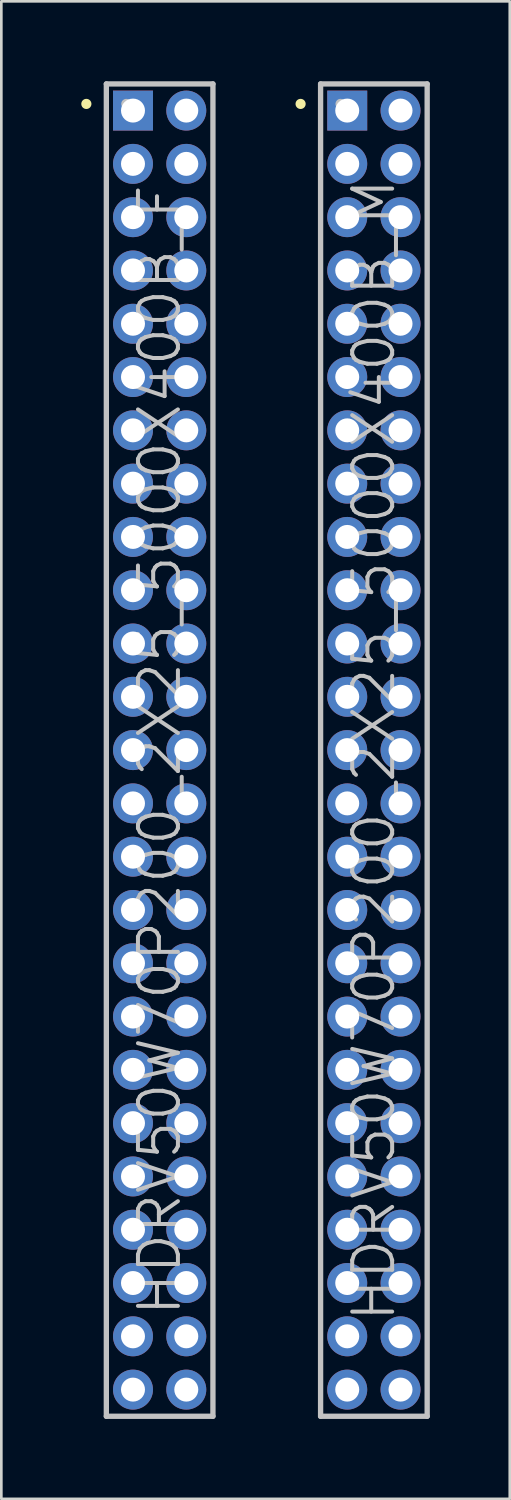
<source format=kicad_pcb>
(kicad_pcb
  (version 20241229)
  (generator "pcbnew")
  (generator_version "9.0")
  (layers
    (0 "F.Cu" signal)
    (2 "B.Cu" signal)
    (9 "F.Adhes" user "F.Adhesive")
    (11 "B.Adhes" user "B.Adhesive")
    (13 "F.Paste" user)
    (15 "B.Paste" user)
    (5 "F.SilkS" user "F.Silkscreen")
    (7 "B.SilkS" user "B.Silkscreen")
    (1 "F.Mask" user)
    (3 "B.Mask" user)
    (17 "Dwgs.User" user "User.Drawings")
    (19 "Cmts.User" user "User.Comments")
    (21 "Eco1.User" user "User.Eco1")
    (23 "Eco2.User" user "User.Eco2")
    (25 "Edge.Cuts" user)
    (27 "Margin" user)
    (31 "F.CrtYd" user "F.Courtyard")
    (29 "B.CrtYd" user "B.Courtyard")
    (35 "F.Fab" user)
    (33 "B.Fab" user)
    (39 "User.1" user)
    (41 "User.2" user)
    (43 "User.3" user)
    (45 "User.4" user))
  (footprint "HDRV50W70P200_2X25_5000X400B_M"
    (layer "F.Cu")
    (at 10.981 25.1)
    (property "Reference" "HDRV50W70P200_2X25_5000X400B_M" (at 0 0 90) (layer "Dwgs.User") (effects (font (size 1.5 1.5) (thickness 0.15))))
    (attr through_hole)
    (fp_line (start -2.75 -24.25) (end -2.75 -24.25) (stroke (width 0.381) (type solid)) (layer "F.SilkS"))
    (fp_line (start -2 -25) (end -2 25) (stroke (width 0.2) (type solid)) (layer "Dwgs.User"))
    (fp_line (start -2 -25) (end 2 -25) (stroke (width 0.2) (type solid)) (layer "Dwgs.User"))
    (fp_line (start -2 25) (end 2 25) (stroke (width 0.2) (type solid)) (layer "Dwgs.User"))
    (fp_line (start -1.25 -24.25) (end -1.25 -24.25) (stroke (width 0.381) (type solid)) (layer "Dwgs.User"))
    (fp_line (start 2 -25) (end 2 25) (stroke (width 0.2) (type solid)) (layer "Dwgs.User"))
    (pad "1" thru_hole rect (at -1 -24) (size 1.5 1.5) (drill 0.9) (layers "*.Cu" "*.Mask"))
    (pad "2" thru_hole circle (at 1 -24 270) (size 1.5 1.5) (drill 0.9) (layers "*.Cu" "*.Mask"))
    (pad "3" thru_hole circle (at -1 -22 270) (size 1.5 1.5) (drill 0.9) (layers "*.Cu" "*.Mask"))
    (pad "4" thru_hole circle (at 1 -22 270) (size 1.5 1.5) (drill 0.9) (layers "*.Cu" "*.Mask"))
    (pad "5" thru_hole circle (at -1 -20 270) (size 1.5 1.5) (drill 0.9) (layers "*.Cu" "*.Mask"))
    (pad "6" thru_hole circle (at 1 -20 270) (size 1.5 1.5) (drill 0.9) (layers "*.Cu" "*.Mask"))
    (pad "7" thru_hole circle (at -1 -18 270) (size 1.5 1.5) (drill 0.9) (layers "*.Cu" "*.Mask"))
    (pad "8" thru_hole circle (at 1 -18 270) (size 1.5 1.5) (drill 0.9) (layers "*.Cu" "*.Mask"))
    (pad "9" thru_hole circle (at -1 -16 270) (size 1.5 1.5) (drill 0.9) (layers "*.Cu" "*.Mask"))
    (pad "10" thru_hole circle (at 1 -16 270) (size 1.5 1.5) (drill 0.9) (layers "*.Cu" "*.Mask"))
    (pad "11" thru_hole circle (at -1 -14 270) (size 1.5 1.5) (drill 0.9) (layers "*.Cu" "*.Mask"))
    (pad "12" thru_hole circle (at 1 -14 270) (size 1.5 1.5) (drill 0.9) (layers "*.Cu" "*.Mask"))
    (pad "13" thru_hole circle (at -1 -12 270) (size 1.5 1.5) (drill 0.9) (layers "*.Cu" "*.Mask"))
    (pad "14" thru_hole circle (at 1 -12 270) (size 1.5 1.5) (drill 0.9) (layers "*.Cu" "*.Mask"))
    (pad "15" thru_hole circle (at -1 -10 270) (size 1.5 1.5) (drill 0.9) (layers "*.Cu" "*.Mask"))
    (pad "16" thru_hole circle (at 1 -10 270) (size 1.5 1.5) (drill 0.9) (layers "*.Cu" "*.Mask"))
    (pad "17" thru_hole circle (at -1 -8 270) (size 1.5 1.5) (drill 0.9) (layers "*.Cu" "*.Mask"))
    (pad "18" thru_hole circle (at 1 -8 270) (size 1.5 1.5) (drill 0.9) (layers "*.Cu" "*.Mask"))
    (pad "19" thru_hole circle (at -1 -6 270) (size 1.5 1.5) (drill 0.9) (layers "*.Cu" "*.Mask"))
    (pad "20" thru_hole circle (at 1 -6 270) (size 1.5 1.5) (drill 0.9) (layers "*.Cu" "*.Mask"))
    (pad "21" thru_hole circle (at -1 -4 270) (size 1.5 1.5) (drill 0.9) (layers "*.Cu" "*.Mask"))
    (pad "22" thru_hole circle (at 1 -4 270) (size 1.5 1.5) (drill 0.9) (layers "*.Cu" "*.Mask"))
    (pad "23" thru_hole circle (at -1 -2 270) (size 1.5 1.5) (drill 0.9) (layers "*.Cu" "*.Mask"))
    (pad "24" thru_hole circle (at 1 -2 270) (size 1.5 1.5) (drill 0.9) (layers "*.Cu" "*.Mask"))
    (pad "25" thru_hole circle (at -1 0 270) (size 1.5 1.5) (drill 0.9) (layers "*.Cu" "*.Mask"))
    (pad "26" thru_hole circle (at 1 0 270) (size 1.5 1.5) (drill 0.9) (layers "*.Cu" "*.Mask"))
    (pad "27" thru_hole circle (at -1 2 270) (size 1.5 1.5) (drill 0.9) (layers "*.Cu" "*.Mask"))
    (pad "28" thru_hole circle (at 1 2 270) (size 1.5 1.5) (drill 0.9) (layers "*.Cu" "*.Mask"))
    (pad "29" thru_hole circle (at -1 4 270) (size 1.5 1.5) (drill 0.9) (layers "*.Cu" "*.Mask"))
    (pad "30" thru_hole circle (at 1 4 270) (size 1.5 1.5) (drill 0.9) (layers "*.Cu" "*.Mask"))
    (pad "31" thru_hole circle (at -1 6 270) (size 1.5 1.5) (drill 0.9) (layers "*.Cu" "*.Mask"))
    (pad "32" thru_hole circle (at 1 6 270) (size 1.5 1.5) (drill 0.9) (layers "*.Cu" "*.Mask"))
    (pad "33" thru_hole circle (at -1 8 270) (size 1.5 1.5) (drill 0.9) (layers "*.Cu" "*.Mask"))
    (pad "34" thru_hole circle (at 1 8 270) (size 1.5 1.5) (drill 0.9) (layers "*.Cu" "*.Mask"))
    (pad "35" thru_hole circle (at -1 10 270) (size 1.5 1.5) (drill 0.9) (layers "*.Cu" "*.Mask"))
    (pad "36" thru_hole circle (at 1 10 270) (size 1.5 1.5) (drill 0.9) (layers "*.Cu" "*.Mask"))
    (pad "37" thru_hole circle (at -1 12 270) (size 1.5 1.5) (drill 0.9) (layers "*.Cu" "*.Mask"))
    (pad "38" thru_hole circle (at 1 12 270) (size 1.5 1.5) (drill 0.9) (layers "*.Cu" "*.Mask"))
    (pad "39" thru_hole circle (at -1 14 270) (size 1.5 1.5) (drill 0.9) (layers "*.Cu" "*.Mask"))
    (pad "40" thru_hole circle (at 1 14 270) (size 1.5 1.5) (drill 0.9) (layers "*.Cu" "*.Mask"))
    (pad "41" thru_hole circle (at -1 16 270) (size 1.5 1.5) (drill 0.9) (layers "*.Cu" "*.Mask"))
    (pad "42" thru_hole circle (at 1 16 270) (size 1.5 1.5) (drill 0.9) (layers "*.Cu" "*.Mask"))
    (pad "43" thru_hole circle (at -1 18 270) (size 1.5 1.5) (drill 0.9) (layers "*.Cu" "*.Mask"))
    (pad "44" thru_hole circle (at 1 18 270) (size 1.5 1.5) (drill 0.9) (layers "*.Cu" "*.Mask"))
    (pad "45" thru_hole circle (at -1 20 270) (size 1.5 1.5) (drill 0.9) (layers "*.Cu" "*.Mask"))
    (pad "46" thru_hole circle (at 1 20 270) (size 1.5 1.5) (drill 0.9) (layers "*.Cu" "*.Mask"))
    (pad "47" thru_hole circle (at -1 22 270) (size 1.5 1.5) (drill 0.9) (layers "*.Cu" "*.Mask"))
    (pad "48" thru_hole circle (at 1 22 270) (size 1.5 1.5) (drill 0.9) (layers "*.Cu" "*.Mask"))
    (pad "49" thru_hole circle (at -1 24 270) (size 1.5 1.5) (drill 0.9) (layers "*.Cu" "*.Mask"))
    (pad "50" thru_hole circle (at 1 24 270) (size 1.5 1.5) (drill 0.9) (layers "*.Cu" "*.Mask")))
  (footprint "HDRV50W70P200_2X25_5000X400B_F"
    (layer "F.Cu")
    (at 2.941 25.1)
    (property "Reference" "HDRV50W70P200_2X25_5000X400B_F" (at 0 0 90) (layer "Dwgs.User") (effects (font (size 1.5 1.5) (thickness 0.15))))
    (attr through_hole)
    (fp_line (start -2.75 -24.25) (end -2.75 -24.25) (stroke (width 0.381) (type solid)) (layer "F.SilkS"))
    (fp_line (start -2 -25) (end -2 25) (stroke (width 0.2) (type solid)) (layer "Dwgs.User"))
    (fp_line (start -2 -25) (end 2 -25) (stroke (width 0.2) (type solid)) (layer "Dwgs.User"))
    (fp_line (start -2 25) (end 2 25) (stroke (width 0.2) (type solid)) (layer "Dwgs.User"))
    (fp_line (start -1.25 -24.25) (end -1.25 -24.25) (stroke (width 0.381) (type solid)) (layer "Dwgs.User"))
    (fp_line (start 2 -25) (end 2 25) (stroke (width 0.2) (type solid)) (layer "Dwgs.User"))
    (pad "1" thru_hole rect (at -1 -24) (size 1.5 1.5) (drill 0.9) (layers "*.Cu" "*.Mask"))
    (pad "2" thru_hole circle (at 1 -24 270) (size 1.5 1.5) (drill 0.9) (layers "*.Cu" "*.Mask"))
    (pad "3" thru_hole circle (at -1 -22 270) (size 1.5 1.5) (drill 0.9) (layers "*.Cu" "*.Mask"))
    (pad "4" thru_hole circle (at 1 -22 270) (size 1.5 1.5) (drill 0.9) (layers "*.Cu" "*.Mask"))
    (pad "5" thru_hole circle (at -1 -20 270) (size 1.5 1.5) (drill 0.9) (layers "*.Cu" "*.Mask"))
    (pad "6" thru_hole circle (at 1 -20 270) (size 1.5 1.5) (drill 0.9) (layers "*.Cu" "*.Mask"))
    (pad "7" thru_hole circle (at -1 -18 270) (size 1.5 1.5) (drill 0.9) (layers "*.Cu" "*.Mask"))
    (pad "8" thru_hole circle (at 1 -18 270) (size 1.5 1.5) (drill 0.9) (layers "*.Cu" "*.Mask"))
    (pad "9" thru_hole circle (at -1 -16 270) (size 1.5 1.5) (drill 0.9) (layers "*.Cu" "*.Mask"))
    (pad "10" thru_hole circle (at 1 -16 270) (size 1.5 1.5) (drill 0.9) (layers "*.Cu" "*.Mask"))
    (pad "11" thru_hole circle (at -1 -14 270) (size 1.5 1.5) (drill 0.9) (layers "*.Cu" "*.Mask"))
    (pad "12" thru_hole circle (at 1 -14 270) (size 1.5 1.5) (drill 0.9) (layers "*.Cu" "*.Mask"))
    (pad "13" thru_hole circle (at -1 -12 270) (size 1.5 1.5) (drill 0.9) (layers "*.Cu" "*.Mask"))
    (pad "14" thru_hole circle (at 1 -12 270) (size 1.5 1.5) (drill 0.9) (layers "*.Cu" "*.Mask"))
    (pad "15" thru_hole circle (at -1 -10 270) (size 1.5 1.5) (drill 0.9) (layers "*.Cu" "*.Mask"))
    (pad "16" thru_hole circle (at 1 -10 270) (size 1.5 1.5) (drill 0.9) (layers "*.Cu" "*.Mask"))
    (pad "17" thru_hole circle (at -1 -8 270) (size 1.5 1.5) (drill 0.9) (layers "*.Cu" "*.Mask"))
    (pad "18" thru_hole circle (at 1 -8 270) (size 1.5 1.5) (drill 0.9) (layers "*.Cu" "*.Mask"))
    (pad "19" thru_hole circle (at -1 -6 270) (size 1.5 1.5) (drill 0.9) (layers "*.Cu" "*.Mask"))
    (pad "20" thru_hole circle (at 1 -6 270) (size 1.5 1.5) (drill 0.9) (layers "*.Cu" "*.Mask"))
    (pad "21" thru_hole circle (at -1 -4 270) (size 1.5 1.5) (drill 0.9) (layers "*.Cu" "*.Mask"))
    (pad "22" thru_hole circle (at 1 -4 270) (size 1.5 1.5) (drill 0.9) (layers "*.Cu" "*.Mask"))
    (pad "23" thru_hole circle (at -1 -2 270) (size 1.5 1.5) (drill 0.9) (layers "*.Cu" "*.Mask"))
    (pad "24" thru_hole circle (at 1 -2 270) (size 1.5 1.5) (drill 0.9) (layers "*.Cu" "*.Mask"))
    (pad "25" thru_hole circle (at -1 0 270) (size 1.5 1.5) (drill 0.9) (layers "*.Cu" "*.Mask"))
    (pad "26" thru_hole circle (at 1 0 270) (size 1.5 1.5) (drill 0.9) (layers "*.Cu" "*.Mask"))
    (pad "27" thru_hole circle (at -1 2 270) (size 1.5 1.5) (drill 0.9) (layers "*.Cu" "*.Mask"))
    (pad "28" thru_hole circle (at 1 2 270) (size 1.5 1.5) (drill 0.9) (layers "*.Cu" "*.Mask"))
    (pad "29" thru_hole circle (at -1 4 270) (size 1.5 1.5) (drill 0.9) (layers "*.Cu" "*.Mask"))
    (pad "30" thru_hole circle (at 1 4 270) (size 1.5 1.5) (drill 0.9) (layers "*.Cu" "*.Mask"))
    (pad "31" thru_hole circle (at -1 6 270) (size 1.5 1.5) (drill 0.9) (layers "*.Cu" "*.Mask"))
    (pad "32" thru_hole circle (at 1 6 270) (size 1.5 1.5) (drill 0.9) (layers "*.Cu" "*.Mask"))
    (pad "33" thru_hole circle (at -1 8 270) (size 1.5 1.5) (drill 0.9) (layers "*.Cu" "*.Mask"))
    (pad "34" thru_hole circle (at 1 8 270) (size 1.5 1.5) (drill 0.9) (layers "*.Cu" "*.Mask"))
    (pad "35" thru_hole circle (at -1 10 270) (size 1.5 1.5) (drill 0.9) (layers "*.Cu" "*.Mask"))
    (pad "36" thru_hole circle (at 1 10 270) (size 1.5 1.5) (drill 0.9) (layers "*.Cu" "*.Mask"))
    (pad "37" thru_hole circle (at -1 12 270) (size 1.5 1.5) (drill 0.9) (layers "*.Cu" "*.Mask"))
    (pad "38" thru_hole circle (at 1 12 270) (size 1.5 1.5) (drill 0.9) (layers "*.Cu" "*.Mask"))
    (pad "39" thru_hole circle (at -1 14 270) (size 1.5 1.5) (drill 0.9) (layers "*.Cu" "*.Mask"))
    (pad "40" thru_hole circle (at 1 14 270) (size 1.5 1.5) (drill 0.9) (layers "*.Cu" "*.Mask"))
    (pad "41" thru_hole circle (at -1 16 270) (size 1.5 1.5) (drill 0.9) (layers "*.Cu" "*.Mask"))
    (pad "42" thru_hole circle (at 1 16 270) (size 1.5 1.5) (drill 0.9) (layers "*.Cu" "*.Mask"))
    (pad "43" thru_hole circle (at -1 18 270) (size 1.5 1.5) (drill 0.9) (layers "*.Cu" "*.Mask"))
    (pad "44" thru_hole circle (at 1 18 270) (size 1.5 1.5) (drill 0.9) (layers "*.Cu" "*.Mask"))
    (pad "45" thru_hole circle (at -1 20 270) (size 1.5 1.5) (drill 0.9) (layers "*.Cu" "*.Mask"))
    (pad "46" thru_hole circle (at 1 20 270) (size 1.5 1.5) (drill 0.9) (layers "*.Cu" "*.Mask"))
    (pad "47" thru_hole circle (at -1 22 270) (size 1.5 1.5) (drill 0.9) (layers "*.Cu" "*.Mask"))
    (pad "48" thru_hole circle (at 1 22 270) (size 1.5 1.5) (drill 0.9) (layers "*.Cu" "*.Mask"))
    (pad "49" thru_hole circle (at -1 24 270) (size 1.5 1.5) (drill 0.9) (layers "*.Cu" "*.Mask"))
    (pad "50" thru_hole circle (at 1 24 270) (size 1.5 1.5) (drill 0.9) (layers "*.Cu" "*.Mask")))
  (gr_rect
    (start -3 -3)
    (end 16.081 53.2)
    (stroke (width 0.1) (type default))
    (fill no)
    (layer "Edge.Cuts")))
</source>
